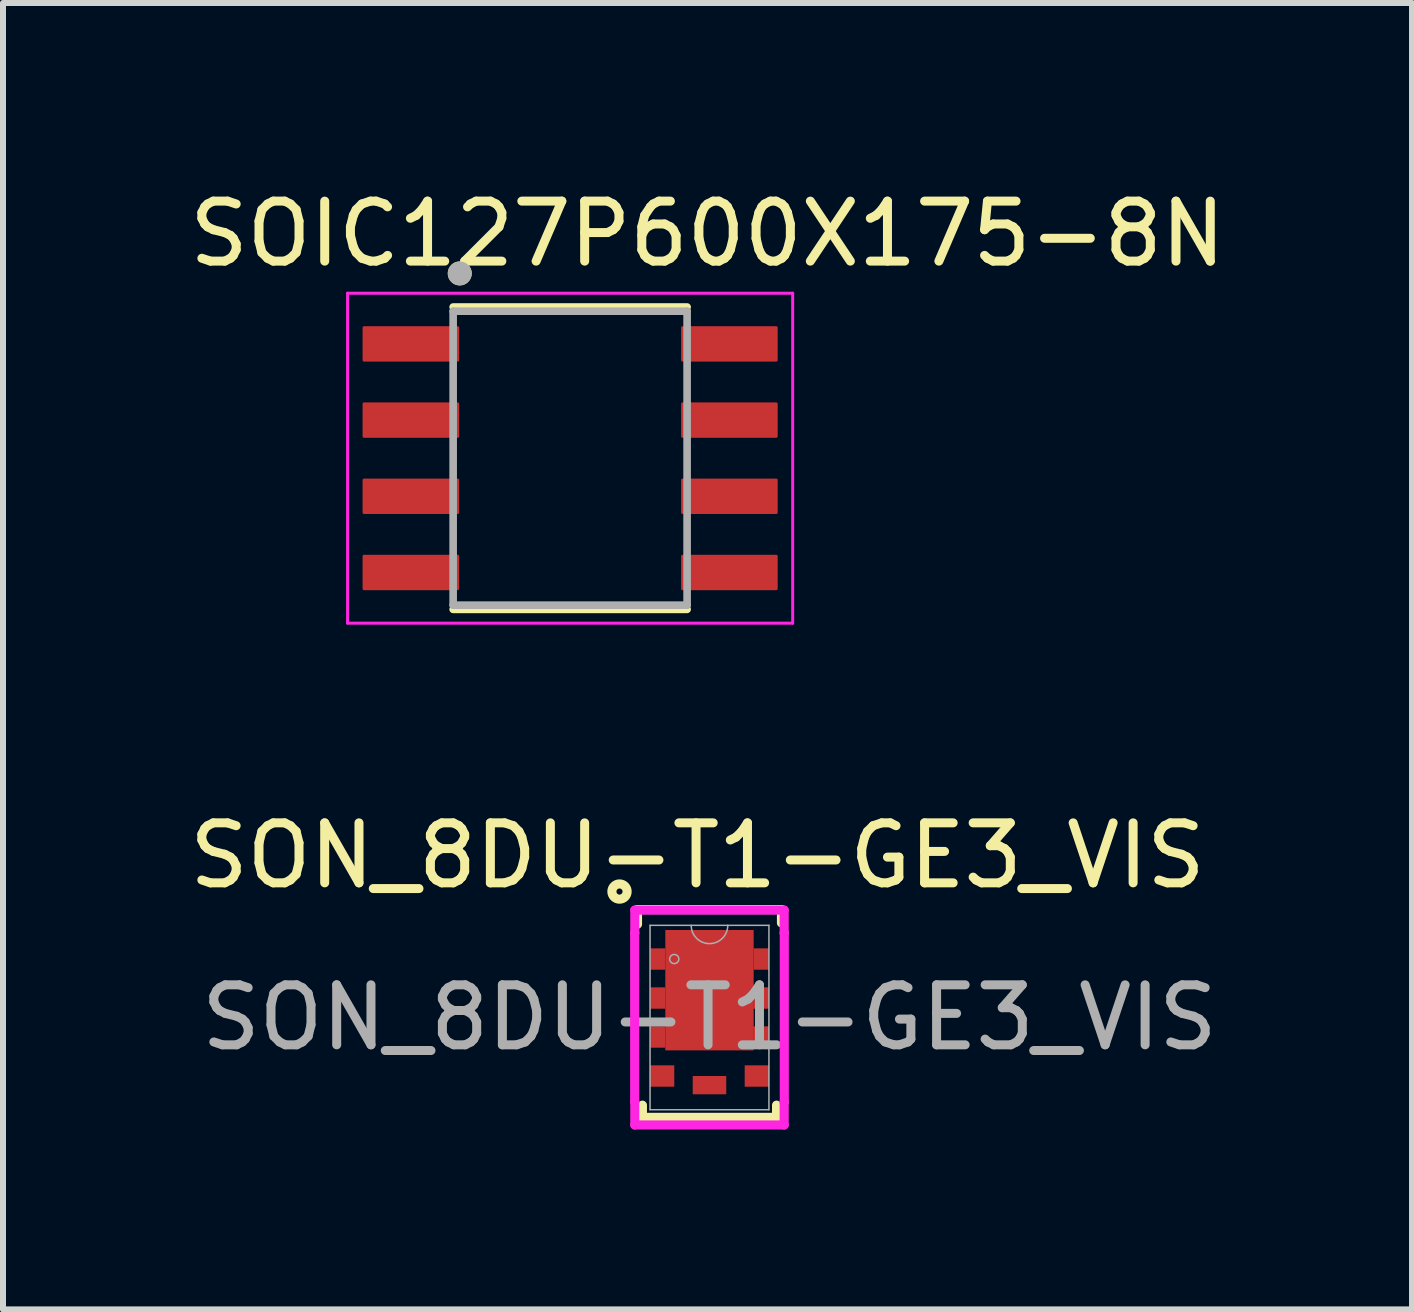
<source format=kicad_pcb>
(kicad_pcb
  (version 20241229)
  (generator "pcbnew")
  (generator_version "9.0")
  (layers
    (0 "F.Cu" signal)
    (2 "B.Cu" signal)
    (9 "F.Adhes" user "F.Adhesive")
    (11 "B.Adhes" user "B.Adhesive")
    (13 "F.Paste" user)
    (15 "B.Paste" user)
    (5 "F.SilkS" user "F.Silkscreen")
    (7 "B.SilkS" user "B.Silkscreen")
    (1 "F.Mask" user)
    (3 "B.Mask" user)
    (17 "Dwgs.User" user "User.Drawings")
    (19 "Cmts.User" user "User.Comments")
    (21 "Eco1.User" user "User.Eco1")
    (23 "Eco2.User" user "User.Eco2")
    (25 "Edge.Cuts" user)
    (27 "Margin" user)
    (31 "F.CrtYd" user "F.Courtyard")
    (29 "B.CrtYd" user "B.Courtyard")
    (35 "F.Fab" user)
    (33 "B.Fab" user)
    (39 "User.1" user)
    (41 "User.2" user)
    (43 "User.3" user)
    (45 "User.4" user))
  (footprint "SON_8DU-T1-GE3_VIS"
    (layer "F.Cu")
    (at 8.777 13.912)
    (property "Reference" "SON_8DU-T1-GE3_VIS" (at -0.2 -2.7 0) (unlocked yes) (layer "F.SilkS") (effects (font (size 1 1) (thickness 0.15))))
    (attr smd)
    (fp_line (start -1.2 -1.8) (end -1.2 -1.555) (stroke (width 0.152) (type solid)) (layer "F.SilkS"))
    (fp_line (start -1.118 1.461) (end -1.118 1.664) (stroke (width 0.152) (type solid)) (layer "F.SilkS"))
    (fp_line (start -1.118 1.664) (end 1.118 1.664) (stroke (width 0.152) (type solid)) (layer "F.SilkS"))
    (fp_line (start 1.118 1.664) (end 1.118 1.461) (stroke (width 0.152) (type solid)) (layer "F.SilkS"))
    (fp_line (start 1.2 -1.8) (end -1.2 -1.8) (stroke (width 0.152) (type solid)) (layer "F.SilkS"))
    (fp_line (start 1.2 -1.577) (end 1.2 -1.8) (stroke (width 0.152) (type solid)) (layer "F.SilkS"))
    (fp_circle (center -1.5 -2.1) (end -1.373 -2.1) (stroke (width 0.152) (type solid)) (fill no) (layer "F.SilkS"))
    (fp_rect (start -0.686 -1.402) (end -0.05 -0.502) (stroke (width 0) (type solid)) (fill yes) (layer "F.Paste"))
    (fp_rect (start -0.686 -0.402) (end -0.05 0.498) (stroke (width 0) (type solid)) (fill yes) (layer "F.Paste"))
    (fp_rect (start 0.05 -1.402) (end 0.686 -0.502) (stroke (width 0) (type solid)) (fill yes) (layer "F.Paste"))
    (fp_rect (start 0.05 -0.402) (end 0.686 0.498) (stroke (width 0) (type solid)) (fill yes) (layer "F.Paste"))
    (fp_line (start -1.247 -1.407) (end -1.245 -1.407) (stroke (width 0.152) (type solid)) (layer "F.CrtYd"))
    (fp_line (start -1.247 1.407) (end -1.247 -1.407) (stroke (width 0.152) (type solid)) (layer "F.CrtYd"))
    (fp_line (start -1.247 1.407) (end -1.245 1.407) (stroke (width 0.152) (type solid)) (layer "F.CrtYd"))
    (fp_line (start -1.245 -1.791) (end 1.245 -1.791) (stroke (width 0.152) (type solid)) (layer "F.CrtYd"))
    (fp_line (start -1.245 -1.407) (end -1.245 -1.791) (stroke (width 0.152) (type solid)) (layer "F.CrtYd"))
    (fp_line (start -1.245 1.791) (end -1.245 1.407) (stroke (width 0.152) (type solid)) (layer "F.CrtYd"))
    (fp_line (start 1.245 -1.791) (end 1.245 -1.407) (stroke (width 0.152) (type solid)) (layer "F.CrtYd"))
    (fp_line (start 1.245 1.407) (end 1.245 1.791) (stroke (width 0.152) (type solid)) (layer "F.CrtYd"))
    (fp_line (start 1.245 1.791) (end -1.245 1.791) (stroke (width 0.152) (type solid)) (layer "F.CrtYd"))
    (fp_line (start 1.247 -1.407) (end 1.245 -1.407) (stroke (width 0.152) (type solid)) (layer "F.CrtYd"))
    (fp_line (start 1.247 -1.407) (end 1.247 1.407) (stroke (width 0.152) (type solid)) (layer "F.CrtYd"))
    (fp_line (start 1.247 1.407) (end 1.245 1.407) (stroke (width 0.152) (type solid)) (layer "F.CrtYd"))
    (fp_line (start -0.991 -1.537) (end -0.991 1.537) (stroke (width 0.025) (type solid)) (layer "F.Fab"))
    (fp_line (start -0.991 1.537) (end 0.991 1.537) (stroke (width 0.025) (type solid)) (layer "F.Fab"))
    (fp_line (start 0.991 -1.537) (end -0.991 -1.537) (stroke (width 0.025) (type solid)) (layer "F.Fab"))
    (fp_line (start 0.991 1.537) (end 0.991 -1.537) (stroke (width 0.025) (type solid)) (layer "F.Fab"))
    (fp_arc (start 0.3048 -1.5367) (mid 0 -1.2319) (end -0.3048 -1.5367) (stroke (width 0.0254) (type solid)) (layer "F.Fab"))
    (fp_circle (center -0.587 -0.975) (end -0.511 -0.975) (stroke (width 0.025) (type solid)) (fill no) (layer "F.Fab"))
    (fp_text user "${REFERENCE}" (at 0 0 0) (unlocked yes) (layer "F.Fab") (effects (font (size 1 1) (thickness 0.15))))
    (pad "1" smd rect (at -0.864 -0.975) (size 0.254 0.356) (layers "F.Cu" "F.Mask" "F.Paste"))
    (pad "2" smd rect (at -0.864 -0.325) (size 0.254 0.356) (layers "F.Cu" "F.Mask" "F.Paste"))
    (pad "3" smd rect (at -0.864 0.325) (size 0.254 0.356) (layers "F.Cu" "F.Mask" "F.Paste"))
    (pad "4" smd rect (at -0.79 0.975) (size 0.406 0.356) (layers "F.Cu" "F.Mask" "F.Paste"))
    (pad "5" smd rect (at 0.79 0.975) (size 0.406 0.356) (layers "F.Cu" "F.Mask" "F.Paste"))
    (pad "6" smd rect (at 0.861 0.325) (size 0.263 0.356) (layers "F.Cu" "F.Mask" "F.Paste"))
    (pad "7" smd rect (at 0.861 -0.325) (size 0.263 0.356) (layers "F.Cu" "F.Mask" "F.Paste"))
    (pad "8" smd rect (at 0.864 -0.975) (size 0.254 0.356) (layers "F.Cu" "F.Mask" "F.Paste"))
    (pad "9" smd rect (at 0 1.127) (size 0.559 0.305) (layers "F.Cu" "F.Mask" "F.Paste"))
    (pad "10" smd rect (at 0 -0.456) (size 1.473 2.007) (layers "F.Cu" "F.Mask")))
  (footprint "SOIC127P600X175-8N"
    (layer "F.Cu")
    (at 6.454 4.588)
    (property "Reference" "SOIC127P600X175-8N" (at 2.29 -3.74 0) (layer "F.SilkS") (effects (font (size 1 1) (thickness 0.15))))
    (attr smd)
    (fp_line (start -1.95 -2.52) (end 1.95 -2.52) (stroke (width 0.127) (type solid)) (layer "F.SilkS"))
    (fp_line (start -1.95 2.52) (end 1.95 2.52) (stroke (width 0.127) (type solid)) (layer "F.SilkS"))
    (fp_circle (center -1.84 -3.08) (end -1.74 -3.08) (stroke (width 0.2) (type solid)) (fill no) (layer "F.SilkS"))
    (fp_line (start -3.71 -2.75) (end -3.71 2.75) (stroke (width 0.05) (type solid)) (layer "F.CrtYd"))
    (fp_line (start -3.71 -2.75) (end 3.71 -2.75) (stroke (width 0.05) (type solid)) (layer "F.CrtYd"))
    (fp_line (start -3.71 2.75) (end 3.71 2.75) (stroke (width 0.05) (type solid)) (layer "F.CrtYd"))
    (fp_line (start 3.71 -2.75) (end 3.71 2.75) (stroke (width 0.05) (type solid)) (layer "F.CrtYd"))
    (fp_line (start -1.95 -2.45) (end -1.95 2.45) (stroke (width 0.127) (type solid)) (layer "F.Fab"))
    (fp_line (start -1.95 -2.45) (end 1.95 -2.45) (stroke (width 0.127) (type solid)) (layer "F.Fab"))
    (fp_line (start -1.95 2.45) (end 1.95 2.45) (stroke (width 0.127) (type solid)) (layer "F.Fab"))
    (fp_line (start 1.95 -2.45) (end 1.95 2.45) (stroke (width 0.127) (type solid)) (layer "F.Fab"))
    (fp_circle (center -1.84 -3.08) (end -1.74 -3.08) (stroke (width 0.2) (type solid)) (fill no) (layer "F.Fab"))
    (pad "1" smd roundrect (at -2.655 -1.905) (size 1.61 0.59) (layers "F.Cu" "F.Mask" "F.Paste") (roundrect_rratio 0.04))
    (pad "2" smd roundrect (at -2.655 -0.635) (size 1.61 0.59) (layers "F.Cu" "F.Mask" "F.Paste") (roundrect_rratio 0.04))
    (pad "3" smd roundrect (at -2.655 0.635) (size 1.61 0.59) (layers "F.Cu" "F.Mask" "F.Paste") (roundrect_rratio 0.04))
    (pad "4" smd roundrect (at -2.655 1.905) (size 1.61 0.59) (layers "F.Cu" "F.Mask" "F.Paste") (roundrect_rratio 0.04))
    (pad "5" smd roundrect (at 2.655 1.905) (size 1.61 0.59) (layers "F.Cu" "F.Mask" "F.Paste") (roundrect_rratio 0.04))
    (pad "6" smd roundrect (at 2.655 0.635) (size 1.61 0.59) (layers "F.Cu" "F.Mask" "F.Paste") (roundrect_rratio 0.04))
    (pad "7" smd roundrect (at 2.655 -0.635) (size 1.61 0.59) (layers "F.Cu" "F.Mask" "F.Paste") (roundrect_rratio 0.04))
    (pad "8" smd roundrect (at 2.655 -1.905) (size 1.61 0.59) (layers "F.Cu" "F.Mask" "F.Paste") (roundrect_rratio 0.04)))
  (gr_rect
    (start -3 -3)
    (end 20.488 18.778)
    (stroke (width 0.1) (type default))
    (fill no)
    (layer "Edge.Cuts")))
</source>
